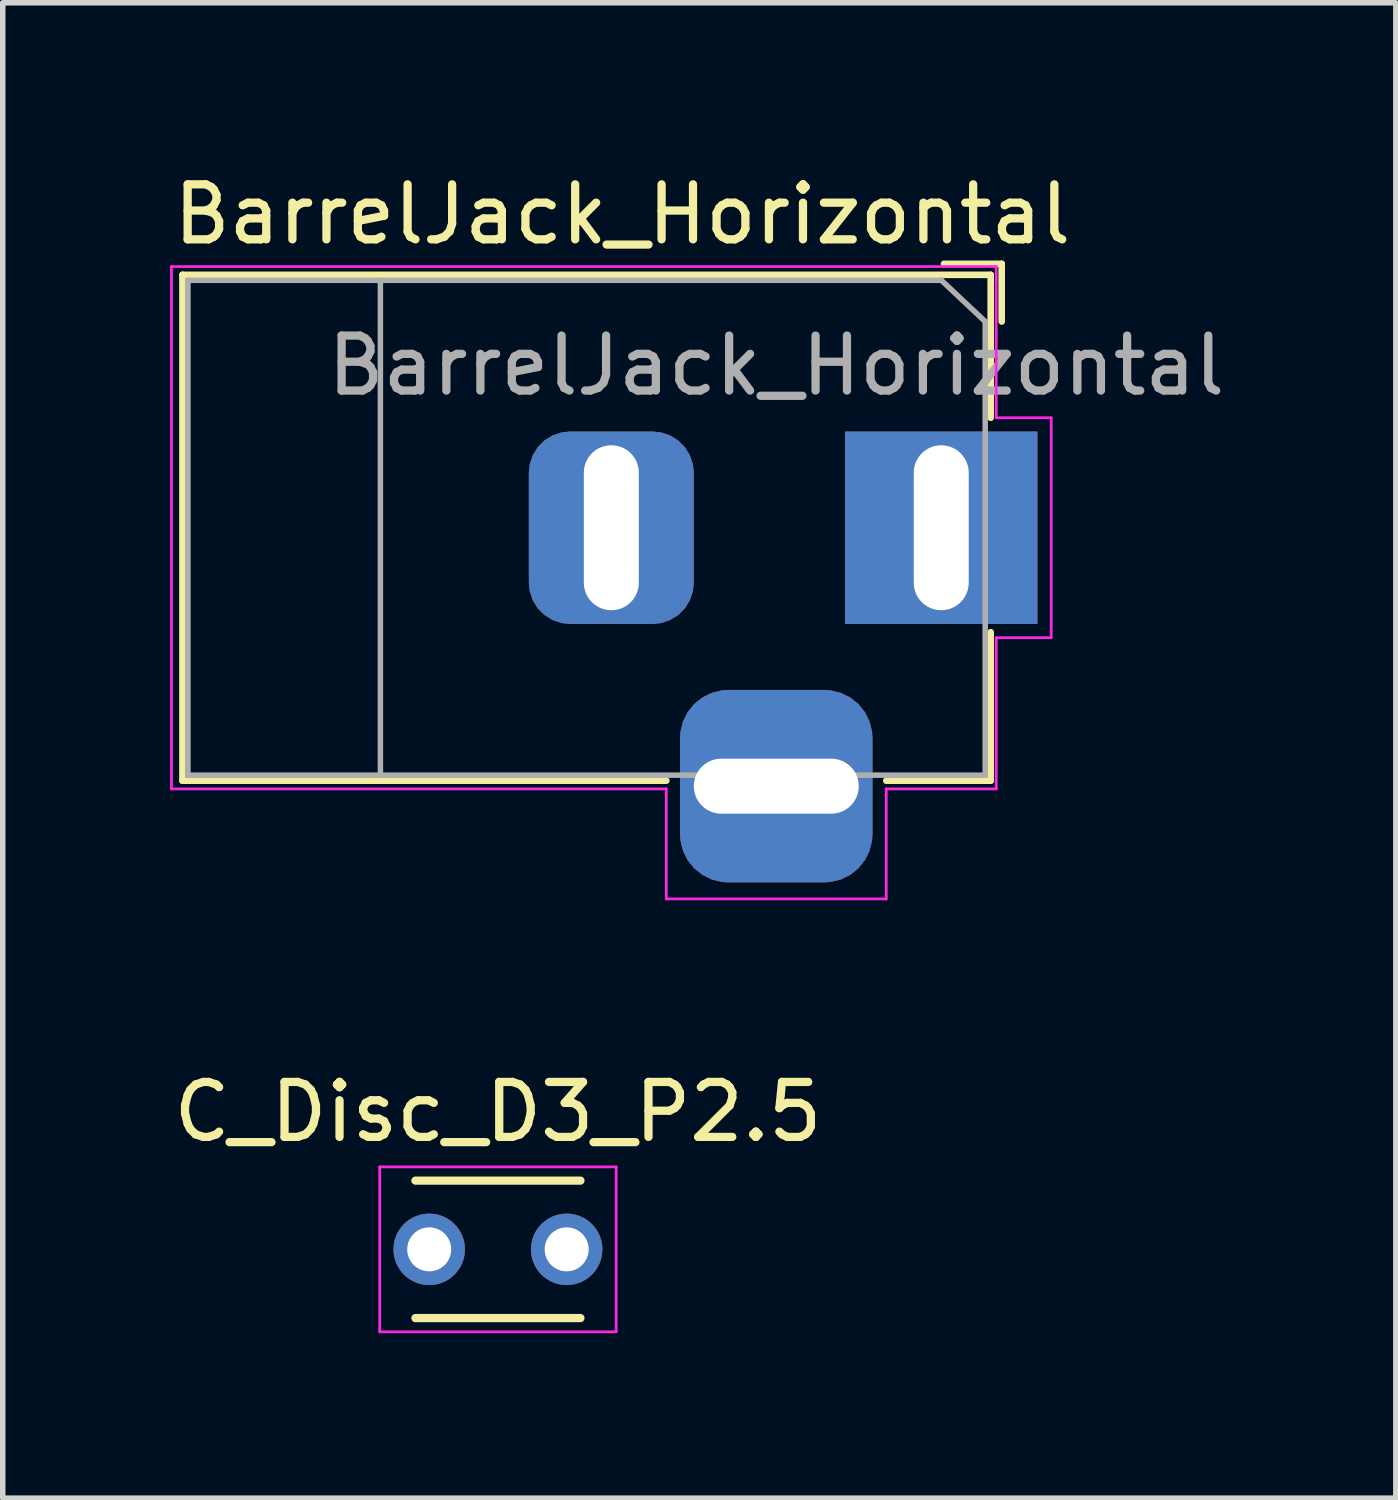
<source format=kicad_pcb>
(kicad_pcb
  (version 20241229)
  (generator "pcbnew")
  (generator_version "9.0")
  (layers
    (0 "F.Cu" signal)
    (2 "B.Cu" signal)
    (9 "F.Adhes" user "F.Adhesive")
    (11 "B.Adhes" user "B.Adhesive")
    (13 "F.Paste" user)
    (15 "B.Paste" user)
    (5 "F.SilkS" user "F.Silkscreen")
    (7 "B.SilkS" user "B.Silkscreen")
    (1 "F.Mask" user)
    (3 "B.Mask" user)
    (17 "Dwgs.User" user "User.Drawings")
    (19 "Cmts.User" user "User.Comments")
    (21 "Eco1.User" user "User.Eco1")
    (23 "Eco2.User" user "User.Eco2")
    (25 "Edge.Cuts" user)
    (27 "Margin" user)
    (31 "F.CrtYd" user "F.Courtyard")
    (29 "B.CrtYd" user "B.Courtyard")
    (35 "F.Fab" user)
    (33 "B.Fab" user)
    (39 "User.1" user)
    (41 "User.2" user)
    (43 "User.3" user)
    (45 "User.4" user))
  (footprint "C_Disc_D3_P2.5"
    (layer "F.Cu")
    (at 4.756 19.672)
    (property "Reference" "C_Disc_D3_P2.5" (at 1.25 -2.5 0) (layer "F.SilkS") (effects (font (size 1 1) (thickness 0.15))))
    (attr through_hole)
    (fp_line (start -0.25 -1.25) (end 2.75 -1.25) (stroke (width 0.15) (type solid)) (layer "F.SilkS"))
    (fp_line (start 2.75 1.25) (end -0.25 1.25) (stroke (width 0.15) (type solid)) (layer "F.SilkS"))
    (fp_line (start -0.9 -1.5) (end 3.4 -1.5) (stroke (width 0.05) (type solid)) (layer "F.CrtYd"))
    (fp_line (start -0.9 1.5) (end -0.9 -1.5) (stroke (width 0.05) (type solid)) (layer "F.CrtYd"))
    (fp_line (start 3.4 -1.5) (end 3.4 1.5) (stroke (width 0.05) (type solid)) (layer "F.CrtYd"))
    (fp_line (start 3.4 1.5) (end -0.9 1.5) (stroke (width 0.05) (type solid)) (layer "F.CrtYd"))
    (pad "1" thru_hole circle (at 0 0) (size 1.3 1.3) (drill 0.8) (layers "*.Cu" "*.Mask"))
    (pad "2" thru_hole circle (at 2.5 0) (size 1.3 1.3) (drill 0.8) (layers "*.Cu" "*.Mask")))
  (footprint "BarrelJack_Horizontal"
    (layer "F.Cu")
    (at 14.068 6.548)
    (property "Reference" "BarrelJack_Horizontal" (at -5.8 -5.7 180) (layer "F.SilkS") (effects (font (size 1 1) (thickness 0.15))))
    (attr through_hole)
    (fp_line (start -13.8 -4.6) (end 0.9 -4.6) (stroke (width 0.12) (type solid)) (layer "F.SilkS"))
    (fp_line (start -13.8 4.6) (end -13.8 -4.6) (stroke (width 0.12) (type solid)) (layer "F.SilkS"))
    (fp_line (start -5 4.6) (end -13.8 4.6) (stroke (width 0.12) (type solid)) (layer "F.SilkS"))
    (fp_line (start 0.05 -4.8) (end 1.1 -4.8) (stroke (width 0.12) (type solid)) (layer "F.SilkS"))
    (fp_line (start 0.9 -4.6) (end 0.9 -2) (stroke (width 0.12) (type solid)) (layer "F.SilkS"))
    (fp_line (start 0.9 1.9) (end 0.9 4.6) (stroke (width 0.12) (type solid)) (layer "F.SilkS"))
    (fp_line (start 0.9 4.6) (end -1 4.6) (stroke (width 0.12) (type solid)) (layer "F.SilkS"))
    (fp_line (start 1.1 -3.75) (end 1.1 -4.8) (stroke (width 0.12) (type solid)) (layer "F.SilkS"))
    (fp_line (start -14 4.75) (end -14 -4.75) (stroke (width 0.05) (type solid)) (layer "F.CrtYd"))
    (fp_line (start -5 4.75) (end -14 4.75) (stroke (width 0.05) (type solid)) (layer "F.CrtYd"))
    (fp_line (start -5 6.75) (end -5 4.75) (stroke (width 0.05) (type solid)) (layer "F.CrtYd"))
    (fp_line (start -1 4.75) (end -1 6.75) (stroke (width 0.05) (type solid)) (layer "F.CrtYd"))
    (fp_line (start -1 6.75) (end -5 6.75) (stroke (width 0.05) (type solid)) (layer "F.CrtYd"))
    (fp_line (start 1 -4.75) (end -14 -4.75) (stroke (width 0.05) (type solid)) (layer "F.CrtYd"))
    (fp_line (start 1 -4.5) (end 1 -4.75) (stroke (width 0.05) (type solid)) (layer "F.CrtYd"))
    (fp_line (start 1 -4.5) (end 1 -2) (stroke (width 0.05) (type solid)) (layer "F.CrtYd"))
    (fp_line (start 1 -2) (end 2 -2) (stroke (width 0.05) (type solid)) (layer "F.CrtYd"))
    (fp_line (start 1 2) (end 1 4.75) (stroke (width 0.05) (type solid)) (layer "F.CrtYd"))
    (fp_line (start 1 4.75) (end -1 4.75) (stroke (width 0.05) (type solid)) (layer "F.CrtYd"))
    (fp_line (start 2 -2) (end 2 2) (stroke (width 0.05) (type solid)) (layer "F.CrtYd"))
    (fp_line (start 2 2) (end 1 2) (stroke (width 0.05) (type solid)) (layer "F.CrtYd"))
    (fp_line (start -13.7 -4.5) (end -13.7 4.5) (stroke (width 0.1) (type solid)) (layer "F.Fab"))
    (fp_line (start -13.7 4.5) (end 0.8 4.5) (stroke (width 0.1) (type solid)) (layer "F.Fab"))
    (fp_line (start -10.2 -4.5) (end -10.2 4.5) (stroke (width 0.1) (type solid)) (layer "F.Fab"))
    (fp_line (start -0.003 -4.505) (end 0.8 -3.75) (stroke (width 0.1) (type solid)) (layer "F.Fab"))
    (fp_line (start 0 -4.5) (end -13.7 -4.5) (stroke (width 0.1) (type solid)) (layer "F.Fab"))
    (fp_line (start 0.8 4.5) (end 0.8 -3.75) (stroke (width 0.1) (type solid)) (layer "F.Fab"))
    (fp_text user "${REFERENCE}" (at -3 -2.95 0) (layer "F.Fab") (effects (font (size 1 1) (thickness 0.15))))
    (pad "1" thru_hole rect (at 0 0) (size 3.5 3.5) (drill oval 1 3) (layers "*.Cu" "*.Mask"))
    (pad "2" thru_hole roundrect (at -6 0) (size 3 3.5) (drill oval 1 3) (layers "*.Cu" "*.Mask") (roundrect_rratio 0.25))
    (pad "3" thru_hole roundrect (at -3 4.7) (size 3.5 3.5) (drill oval 3 1) (layers "*.Cu" "*.Mask") (roundrect_rratio 0.25)))
  (gr_rect
    (start -3 -3)
    (end 22.336 24.197)
    (stroke (width 0.1) (type default))
    (fill no)
    (layer "Edge.Cuts")))
</source>
